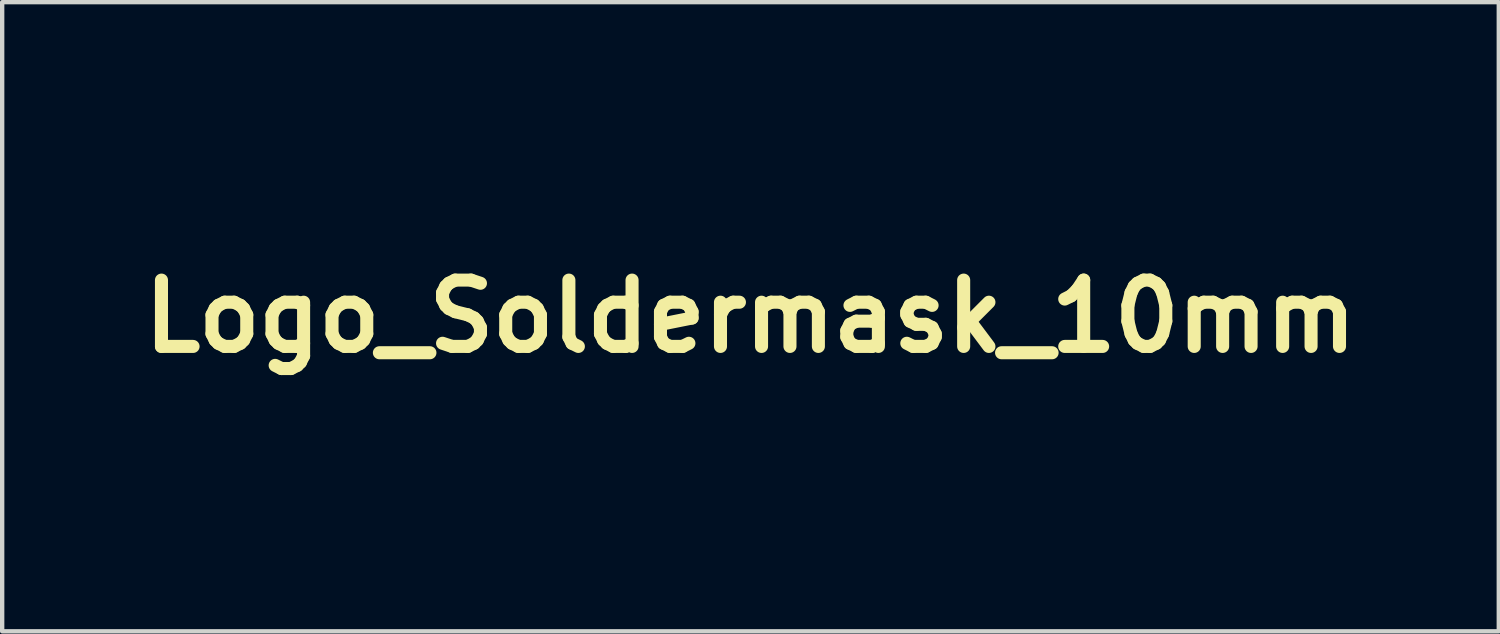
<source format=kicad_pcb>
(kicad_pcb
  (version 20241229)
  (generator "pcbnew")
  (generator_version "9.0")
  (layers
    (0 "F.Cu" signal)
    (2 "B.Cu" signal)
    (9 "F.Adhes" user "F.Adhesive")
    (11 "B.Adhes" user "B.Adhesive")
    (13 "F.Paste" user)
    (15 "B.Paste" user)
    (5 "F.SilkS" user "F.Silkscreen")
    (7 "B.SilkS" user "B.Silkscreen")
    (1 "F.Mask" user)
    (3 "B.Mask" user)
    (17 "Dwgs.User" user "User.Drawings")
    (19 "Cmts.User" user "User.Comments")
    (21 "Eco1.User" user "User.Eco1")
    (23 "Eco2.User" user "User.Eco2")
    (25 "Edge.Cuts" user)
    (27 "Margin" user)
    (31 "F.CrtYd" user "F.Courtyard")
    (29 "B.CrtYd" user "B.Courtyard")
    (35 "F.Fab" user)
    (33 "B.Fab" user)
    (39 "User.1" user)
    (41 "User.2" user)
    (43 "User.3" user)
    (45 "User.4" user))
  (footprint "Logo_Soldermask_10mm"
    (layer "F.Cu")
    (at 14.195 4.221)
    (property "Reference" "Logo_Soldermask_10mm" (at 0 0 0) (layer "F.SilkS") (effects (font (size 1.524 1.524) (thickness 0.3))))
    (attr through_hole)
    (fp_poly (pts (xy 0.016 -4.204) (xy 0.037 -4.17) (xy 0.069 -4.115) (xy 0.112 -4.042) (xy 0.164 -3.951) (xy 0.223 -3.847) (xy 0.29 -3.729) (xy 0.362 -3.6) (xy 0.438 -3.463) (xy 0.505 -3.343) (xy 0.585 -3.199) (xy 0.661 -3.062) (xy 0.732 -2.934) (xy 0.797 -2.817) (xy 0.855 -2.712) (xy 0.905 -2.622) (xy 0.946 -2.55) (xy 0.976 -2.495) (xy 0.995 -2.462) (xy 1.001 -2.452) (xy 1.009 -2.449) (xy 1.029 -2.452) (xy 1.062 -2.462) (xy 1.11 -2.48) (xy 1.176 -2.507) (xy 1.261 -2.542) (xy 1.368 -2.588) (xy 1.482 -2.637) (xy 1.588 -2.683) (xy 1.687 -2.726) (xy 1.775 -2.762) (xy 1.849 -2.793) (xy 1.906 -2.815) (xy 1.944 -2.829) (xy 1.959 -2.833) (xy 1.959 -2.833) (xy 1.959 -2.818) (xy 1.957 -2.778) (xy 1.952 -2.713) (xy 1.945 -2.627) (xy 1.936 -2.521) (xy 1.925 -2.397) (xy 1.912 -2.256) (xy 1.898 -2.102) (xy 1.882 -1.936) (xy 1.866 -1.759) (xy 1.848 -1.575) (xy 1.845 -1.544) (xy 1.827 -1.358) (xy 1.811 -1.18) (xy 1.795 -1.012) (xy 1.78 -0.856) (xy 1.767 -0.714) (xy 1.756 -0.587) (xy 1.746 -0.478) (xy 1.738 -0.389) (xy 1.732 -0.321) (xy 1.729 -0.277) (xy 1.728 -0.258) (xy 1.728 -0.257) (xy 1.739 -0.265) (xy 1.769 -0.29) (xy 1.817 -0.33) (xy 1.879 -0.384) (xy 1.955 -0.45) (xy 2.042 -0.527) (xy 2.139 -0.612) (xy 2.243 -0.705) (xy 2.336 -0.787) (xy 2.446 -0.885) (xy 2.55 -0.977) (xy 2.646 -1.061) (xy 2.732 -1.137) (xy 2.807 -1.202) (xy 2.868 -1.254) (xy 2.913 -1.293) (xy 2.941 -1.316) (xy 2.95 -1.322) (xy 2.954 -1.319) (xy 2.96 -1.308) (xy 2.97 -1.287) (xy 2.984 -1.254) (xy 3.003 -1.206) (xy 3.028 -1.141) (xy 3.059 -1.056) (xy 3.098 -0.95) (xy 3.144 -0.827) (xy 3.185 -0.714) (xy 3.066 -0.577) (xy 2.913 -0.396) (xy 2.753 -0.198) (xy 2.587 0.014) (xy 2.418 0.237) (xy 2.249 0.467) (xy 2.081 0.702) (xy 1.917 0.938) (xy 1.759 1.171) (xy 1.609 1.399) (xy 1.47 1.619) (xy 1.343 1.827) (xy 1.232 2.02) (xy 1.164 2.143) (xy 1.089 2.285) (xy 1.043 2.219) (xy 0.955 2.082) (xy 0.865 1.922) (xy 0.773 1.745) (xy 0.683 1.555) (xy 0.595 1.356) (xy 0.514 1.153) (xy 0.44 0.951) (xy 0.404 0.842) (xy 0.338 0.628) (xy 0.272 0.393) (xy 0.208 0.143) (xy 0.147 -0.114) (xy 0.091 -0.372) (xy 0.048 -0.594) (xy 0.008 -0.804) (xy -0.063 -0.447) (xy -0.143 -0.076) (xy -0.226 0.271) (xy -0.314 0.593) (xy -0.409 0.895) (xy -0.509 1.178) (xy -0.617 1.443) (xy -0.733 1.694) (xy -0.857 1.931) (xy -0.979 2.139) (xy -1.013 2.192) (xy -1.041 2.236) (xy -1.061 2.265) (xy -1.069 2.274) (xy -1.079 2.265) (xy -1.099 2.237) (xy -1.124 2.193) (xy -1.138 2.166) (xy -1.219 2.015) (xy -1.316 1.846) (xy -1.428 1.662) (xy -1.552 1.465) (xy -1.686 1.259) (xy -1.829 1.046) (xy -1.979 0.829) (xy -2.132 0.611) (xy -2.289 0.395) (xy -2.446 0.183) (xy -2.601 -0.022) (xy -2.753 -0.216) (xy -2.9 -0.397) (xy -3.039 -0.563) (xy -3.052 -0.577) (xy -3.171 -0.714) (xy -3.13 -0.827) (xy -3.082 -0.956) (xy -3.043 -1.061) (xy -3.012 -1.144) (xy -2.988 -1.209) (xy -2.969 -1.256) (xy -2.956 -1.289) (xy -2.946 -1.309) (xy -2.94 -1.319) (xy -2.936 -1.322) (xy -2.924 -1.313) (xy -2.893 -1.287) (xy -2.845 -1.246) (xy -2.781 -1.191) (xy -2.705 -1.125) (xy -2.617 -1.047) (xy -2.519 -0.962) (xy -2.414 -0.869) (xy -2.322 -0.787) (xy -2.212 -0.69) (xy -2.109 -0.598) (xy -2.013 -0.514) (xy -1.928 -0.439) (xy -1.854 -0.375) (xy -1.794 -0.323) (xy -1.749 -0.285) (xy -1.722 -0.263) (xy -1.714 -0.258) (xy -1.715 -0.272) (xy -1.718 -0.312) (xy -1.723 -0.376) (xy -1.73 -0.462) (xy -1.74 -0.568) (xy -1.751 -0.691) (xy -1.764 -0.831) (xy -1.778 -0.985) (xy -1.794 -1.151) (xy -1.811 -1.328) (xy -1.813 -1.35) (xy -0.499 -1.35) (xy -0.494 -1.349) (xy -0.473 -1.364) (xy -0.442 -1.392) (xy -0.438 -1.396) (xy -0.388 -1.437) (xy -0.327 -1.479) (xy -0.271 -1.511) (xy -0.147 -1.558) (xy -0.021 -1.578) (xy 0.104 -1.572) (xy 0.226 -1.539) (xy 0.341 -1.481) (xy 0.441 -1.403) (xy 0.477 -1.371) (xy 0.502 -1.352) (xy 0.513 -1.348) (xy 0.512 -1.35) (xy 0.507 -1.367) (xy 0.494 -1.408) (xy 0.474 -1.47) (xy 0.449 -1.553) (xy 0.418 -1.652) (xy 0.382 -1.766) (xy 0.343 -1.892) (xy 0.3 -2.028) (xy 0.258 -2.164) (xy 0.213 -2.307) (xy 0.171 -2.441) (xy 0.133 -2.565) (xy 0.098 -2.677) (xy 0.068 -2.773) (xy 0.043 -2.852) (xy 0.024 -2.911) (xy 0.012 -2.948) (xy 0.008 -2.961) (xy 0.004 -2.948) (xy -0.008 -2.912) (xy -0.027 -2.853) (xy -0.052 -2.775) (xy -0.083 -2.679) (xy -0.117 -2.568) (xy -0.156 -2.444) (xy -0.198 -2.31) (xy -0.243 -2.167) (xy -0.288 -2.024) (xy -0.33 -1.888) (xy -0.369 -1.762) (xy -0.405 -1.649) (xy -0.436 -1.55) (xy -0.461 -1.468) (xy -0.481 -1.406) (xy -0.494 -1.366) (xy -0.499 -1.35) (xy -1.813 -1.35) (xy -1.828 -1.513) (xy -1.831 -1.544) (xy -1.849 -1.73) (xy -1.866 -1.908) (xy -1.881 -2.076) (xy -1.896 -2.232) (xy -1.909 -2.375) (xy -1.92 -2.502) (xy -1.929 -2.611) (xy -1.937 -2.701) (xy -1.942 -2.769) (xy -1.945 -2.813) (xy -1.946 -2.833) (xy -1.945 -2.833) (xy -1.931 -2.83) (xy -1.894 -2.816) (xy -1.838 -2.794) (xy -1.764 -2.764) (xy -1.677 -2.728) (xy -1.578 -2.686) (xy -1.472 -2.64) (xy -1.47 -2.639) (xy -1.363 -2.592) (xy -1.265 -2.55) (xy -1.178 -2.512) (xy -1.105 -2.481) (xy -1.049 -2.457) (xy -1.012 -2.441) (xy -0.998 -2.436) (xy -0.998 -2.436) (xy -0.991 -2.447) (xy -0.971 -2.482) (xy -0.94 -2.537) (xy -0.899 -2.61) (xy -0.848 -2.7) (xy -0.789 -2.805) (xy -0.724 -2.923) (xy -0.652 -3.052) (xy -0.575 -3.19) (xy -0.5 -3.326) (xy -0.42 -3.471) (xy -0.343 -3.608) (xy -0.271 -3.737) (xy -0.205 -3.854) (xy -0.146 -3.958) (xy -0.095 -4.047) (xy -0.053 -4.12) (xy -0.021 -4.173) (xy -0.001 -4.206) (xy 0.007 -4.216) (xy 0.016 -4.204)) (stroke (width 0.01) (type solid)) (fill yes) (layer "F.Mask"))
    (fp_poly (pts (xy -4.799 -0.812) (xy -4.76 -0.805) (xy -4.699 -0.794) (xy -4.619 -0.779) (xy -4.523 -0.76) (xy -4.412 -0.739) (xy -4.29 -0.715) (xy -4.16 -0.689) (xy -4.158 -0.689) (xy -3.997 -0.657) (xy -3.861 -0.63) (xy -3.749 -0.606) (xy -3.659 -0.587) (xy -3.59 -0.571) (xy -3.538 -0.557) (xy -3.503 -0.547) (xy -3.483 -0.538) (xy -3.478 -0.534) (xy -3.453 -0.508) (xy -3.415 -0.461) (xy -3.365 -0.397) (xy -3.307 -0.319) (xy -3.242 -0.231) (xy -3.172 -0.134) (xy -3.1 -0.033) (xy -3.029 0.07) (xy -2.959 0.171) (xy -2.915 0.236) (xy -2.709 0.555) (xy -2.507 0.884) (xy -2.311 1.219) (xy -2.124 1.556) (xy -1.948 1.892) (xy -1.785 2.221) (xy -1.638 2.539) (xy -1.51 2.839) (xy -1.478 2.921) (xy -1.443 3.015) (xy -1.407 3.115) (xy -1.372 3.217) (xy -1.338 3.317) (xy -1.308 3.408) (xy -1.284 3.487) (xy -1.267 3.549) (xy -1.259 3.581) (xy -1.251 3.614) (xy -1.242 3.632) (xy -1.24 3.633) (xy -1.226 3.622) (xy -1.198 3.594) (xy -1.157 3.551) (xy -1.106 3.496) (xy -1.048 3.432) (xy -0.986 3.362) (xy -0.922 3.29) (xy -0.86 3.218) (xy -0.802 3.149) (xy -0.76 3.098) (xy -0.63 2.934) (xy -0.511 2.772) (xy -0.397 2.606) (xy -0.285 2.428) (xy -0.171 2.233) (xy -0.118 2.139) (xy -0.079 2.07) (xy -0.044 2.01) (xy -0.015 1.965) (xy 0.005 1.937) (xy 0.015 1.93) (xy 0.025 1.946) (xy 0.046 1.982) (xy 0.073 2.031) (xy 0.104 2.088) (xy 0.258 2.359) (xy 0.414 2.61) (xy 0.577 2.844) (xy 0.751 3.07) (xy 0.773 3.097) (xy 0.826 3.16) (xy 0.885 3.23) (xy 0.948 3.303) (xy 1.011 3.375) (xy 1.073 3.444) (xy 1.13 3.507) (xy 1.179 3.56) (xy 1.218 3.601) (xy 1.244 3.626) (xy 1.254 3.633) (xy 1.262 3.62) (xy 1.271 3.59) (xy 1.273 3.581) (xy 1.284 3.536) (xy 1.303 3.47) (xy 1.329 3.387) (xy 1.36 3.294) (xy 1.394 3.193) (xy 1.43 3.091) (xy 1.466 2.992) (xy 1.5 2.9) (xy 1.524 2.839) (xy 1.651 2.541) (xy 1.795 2.229) (xy 1.955 1.905) (xy 2.128 1.575) (xy 2.311 1.243) (xy 2.503 0.912) (xy 2.701 0.589) (xy 2.903 0.276) (xy 2.928 0.239) (xy 2.995 0.14) (xy 3.065 0.037) (xy 3.137 -0.065) (xy 3.208 -0.165) (xy 3.277 -0.259) (xy 3.34 -0.345) (xy 3.395 -0.418) (xy 3.441 -0.477) (xy 3.476 -0.518) (xy 3.491 -0.534) (xy 3.506 -0.542) (xy 3.536 -0.552) (xy 3.582 -0.564) (xy 3.647 -0.58) (xy 3.732 -0.599) (xy 3.839 -0.621) (xy 3.97 -0.648) (xy 4.126 -0.679) (xy 4.171 -0.688) (xy 4.302 -0.714) (xy 4.424 -0.738) (xy 4.535 -0.759) (xy 4.631 -0.778) (xy 4.712 -0.793) (xy 4.773 -0.805) (xy 4.812 -0.812) (xy 4.827 -0.814) (xy 4.827 -0.814) (xy 4.824 -0.8) (xy 4.815 -0.763) (xy 4.8 -0.704) (xy 4.781 -0.626) (xy 4.757 -0.532) (xy 4.731 -0.425) (xy 4.701 -0.308) (xy 4.669 -0.183) (xy 4.637 -0.054) (xy 4.603 0.078) (xy 4.57 0.21) (xy 4.537 0.337) (xy 4.506 0.459) (xy 4.477 0.572) (xy 4.451 0.673) (xy 4.429 0.76) (xy 4.411 0.829) (xy 4.398 0.879) (xy 4.39 0.905) (xy 4.39 0.906) (xy 4.394 0.917) (xy 4.41 0.933) (xy 4.442 0.956) (xy 4.492 0.988) (xy 4.561 1.029) (xy 4.652 1.081) (xy 4.683 1.099) (xy 4.765 1.146) (xy 4.839 1.189) (xy 4.901 1.225) (xy 4.948 1.254) (xy 4.976 1.273) (xy 4.983 1.279) (xy 4.971 1.288) (xy 4.938 1.311) (xy 4.884 1.347) (xy 4.811 1.396) (xy 4.721 1.456) (xy 4.614 1.527) (xy 4.492 1.607) (xy 4.357 1.696) (xy 4.211 1.792) (xy 4.053 1.895) (xy 3.887 2.005) (xy 3.713 2.118) (xy 3.577 2.207) (xy 3.398 2.324) (xy 3.226 2.437) (xy 3.061 2.545) (xy 2.906 2.647) (xy 2.762 2.742) (xy 2.63 2.829) (xy 2.512 2.907) (xy 2.409 2.975) (xy 2.323 3.033) (xy 2.255 3.079) (xy 2.206 3.113) (xy 2.178 3.133) (xy 2.171 3.138) (xy 2.175 3.154) (xy 2.187 3.194) (xy 2.205 3.254) (xy 2.229 3.332) (xy 2.258 3.425) (xy 2.291 3.53) (xy 2.327 3.644) (xy 2.34 3.685) (xy 2.376 3.802) (xy 2.41 3.91) (xy 2.439 4.007) (xy 2.464 4.089) (xy 2.483 4.155) (xy 2.495 4.201) (xy 2.5 4.225) (xy 2.5 4.227) (xy 2.485 4.227) (xy 2.444 4.224) (xy 2.38 4.217) (xy 2.294 4.208) (xy 2.188 4.197) (xy 2.065 4.183) (xy 1.926 4.167) (xy 1.773 4.149) (xy 1.608 4.13) (xy 1.433 4.109) (xy 1.25 4.087) (xy 1.249 4.087) (xy 0.007 3.938) (xy -1.209 4.084) (xy -1.391 4.106) (xy -1.565 4.127) (xy -1.73 4.147) (xy -1.883 4.165) (xy -2.022 4.181) (xy -2.146 4.196) (xy -2.252 4.208) (xy -2.339 4.218) (xy -2.403 4.225) (xy -2.444 4.23) (xy -2.458 4.231) (xy -2.484 4.227) (xy -2.491 4.219) (xy -2.487 4.204) (xy -2.476 4.165) (xy -2.457 4.105) (xy -2.433 4.028) (xy -2.404 3.935) (xy -2.372 3.831) (xy -2.336 3.717) (xy -2.324 3.681) (xy -2.288 3.565) (xy -2.254 3.457) (xy -2.224 3.361) (xy -2.198 3.278) (xy -2.178 3.212) (xy -2.164 3.165) (xy -2.158 3.142) (xy -2.157 3.14) (xy -2.169 3.13) (xy -2.202 3.107) (xy -2.256 3.07) (xy -2.329 3.02) (xy -2.419 2.96) (xy -2.526 2.889) (xy -2.648 2.808) (xy -2.783 2.719) (xy -2.93 2.622) (xy -3.087 2.519) (xy -3.253 2.409) (xy -3.428 2.295) (xy -3.563 2.207) (xy -3.742 2.09) (xy -3.914 1.977) (xy -4.079 1.869) (xy -4.234 1.768) (xy -4.378 1.673) (xy -4.509 1.586) (xy -4.628 1.508) (xy -4.73 1.44) (xy -4.817 1.382) (xy -4.885 1.337) (xy -4.934 1.304) (xy -4.962 1.284) (xy -4.969 1.279) (xy -4.957 1.269) (xy -4.924 1.248) (xy -4.874 1.217) (xy -4.809 1.179) (xy -4.733 1.135) (xy -4.669 1.099) (xy -4.571 1.043) (xy -4.496 0.999) (xy -4.441 0.964) (xy -4.404 0.939) (xy -4.383 0.921) (xy -4.376 0.909) (xy -4.376 0.906) (xy -4.383 0.881) (xy -4.396 0.833) (xy -4.414 0.765) (xy -4.436 0.68) (xy -4.461 0.58) (xy -4.49 0.468) (xy -4.521 0.346) (xy -4.553 0.219) (xy -4.587 0.088) (xy -4.62 -0.044) (xy -4.653 -0.174) (xy -4.685 -0.299) (xy -4.715 -0.417) (xy -4.742 -0.525) (xy -4.765 -0.62) (xy -4.785 -0.699) (xy -4.8 -0.759) (xy -4.809 -0.799) (xy -4.813 -0.814) (xy -4.813 -0.814) (xy -4.799 -0.812)) (stroke (width 0.01) (type solid)) (fill yes) (layer "F.Mask")))
  (gr_rect
    (start -3 -3)
    (end 31.39 11.457)
    (stroke (width 0.1) (type default))
    (fill no)
    (layer "Edge.Cuts")))
</source>
